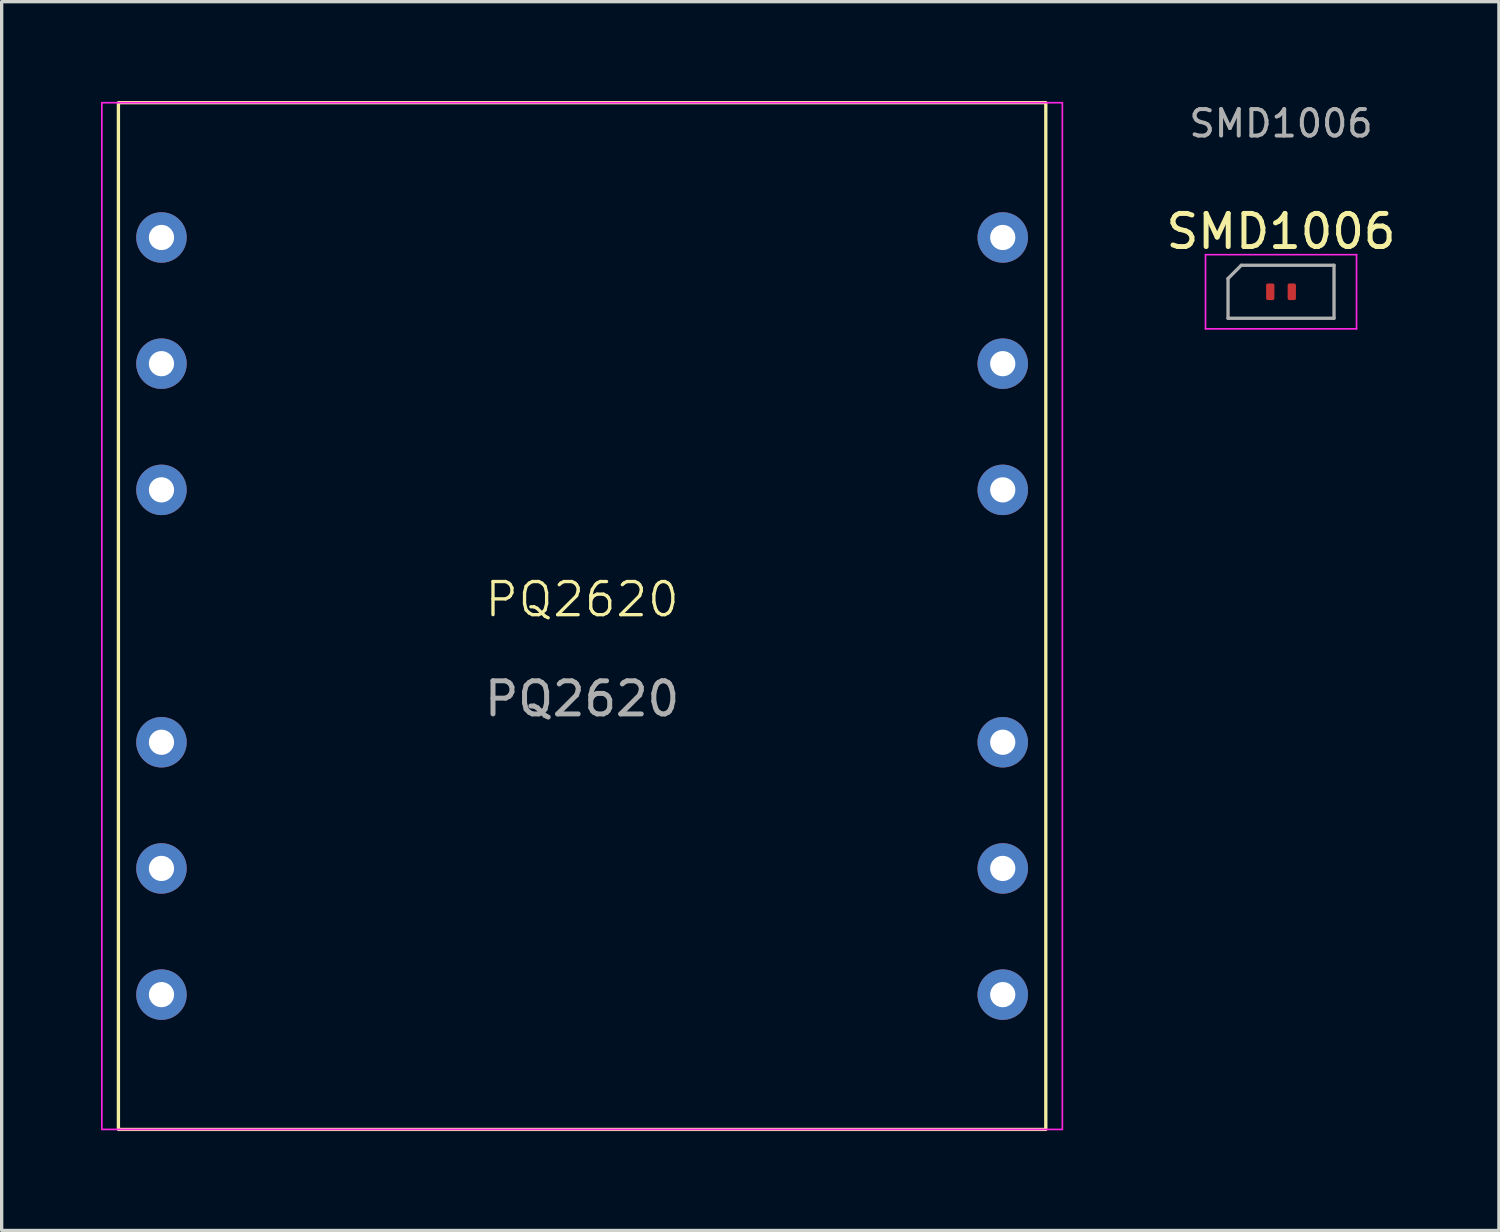
<source format=kicad_pcb>
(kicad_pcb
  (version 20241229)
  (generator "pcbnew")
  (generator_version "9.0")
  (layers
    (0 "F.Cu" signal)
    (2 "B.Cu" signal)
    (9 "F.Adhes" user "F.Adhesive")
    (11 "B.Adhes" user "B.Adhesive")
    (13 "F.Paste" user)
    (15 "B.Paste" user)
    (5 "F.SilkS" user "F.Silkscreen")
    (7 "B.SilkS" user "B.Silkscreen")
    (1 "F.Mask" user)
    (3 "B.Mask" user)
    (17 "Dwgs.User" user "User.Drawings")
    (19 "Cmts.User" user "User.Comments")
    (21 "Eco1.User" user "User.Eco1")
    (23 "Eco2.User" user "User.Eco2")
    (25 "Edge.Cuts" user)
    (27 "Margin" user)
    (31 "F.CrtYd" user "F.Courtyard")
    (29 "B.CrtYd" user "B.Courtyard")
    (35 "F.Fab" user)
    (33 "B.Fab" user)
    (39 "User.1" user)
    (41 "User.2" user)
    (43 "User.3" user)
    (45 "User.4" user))
  (footprint "PQ2620"
    (layer "F.Cu")
    (at 14.525 15.55)
    (property "Reference" "PQ2620" (at 0 -0.5 0) (unlocked yes) (layer "F.SilkS") (effects (font (size 1 1) (thickness 0.1))))
    (attr through_hole)
    (fp_rect (start -14 -15.5) (end 14 15.5) (stroke (width 0.1) (type default)) (fill no) (layer "F.SilkS"))
    (fp_rect (start -14.5 -15.5) (end 14.5 15.5) (stroke (width 0.05) (type default)) (fill no) (layer "F.CrtYd"))
    (fp_line (start -12.7 3.81) (end -12.7 -3.81) (stroke (width 0.1) (type default)) (layer "User.6"))
    (fp_line (start 12.7 0) (end -12.7 0) (stroke (width 0.1) (type default)) (layer "User.6"))
    (fp_line (start 12.7 3.81) (end 12.7 -3.81) (stroke (width 0.1) (type default)) (layer "User.6"))
    (fp_text user "${REFERENCE}" (at 0 2.5 0) (unlocked yes) (layer "F.Fab") (effects (font (size 1 1) (thickness 0.15))))
    (pad "1" thru_hole circle (at -12.7 -11.43) (size 1.524 1.524) (drill 0.762) (layers "*.Cu" "*.Mask"))
    (pad "2" thru_hole circle (at -12.7 -7.62) (size 1.524 1.524) (drill 0.762) (layers "*.Cu" "*.Mask"))
    (pad "3" thru_hole circle (at -12.7 -3.81) (size 1.524 1.524) (drill 0.762) (layers "*.Cu" "*.Mask"))
    (pad "4" thru_hole circle (at -12.7 3.81) (size 1.524 1.524) (drill 0.762) (layers "*.Cu" "*.Mask"))
    (pad "5" thru_hole circle (at -12.7 7.62) (size 1.524 1.524) (drill 0.762) (layers "*.Cu" "*.Mask"))
    (pad "6" thru_hole circle (at -12.7 11.43) (size 1.524 1.524) (drill 0.762) (layers "*.Cu" "*.Mask"))
    (pad "7" thru_hole circle (at 12.7 11.43) (size 1.524 1.524) (drill 0.762) (layers "*.Cu" "*.Mask"))
    (pad "8" thru_hole circle (at 12.7 7.62) (size 1.524 1.524) (drill 0.762) (layers "*.Cu" "*.Mask"))
    (pad "9" thru_hole circle (at 12.7 3.81) (size 1.524 1.524) (drill 0.762) (layers "*.Cu" "*.Mask"))
    (pad "10" thru_hole circle (at 12.7 -3.81) (size 1.524 1.524) (drill 0.762) (layers "*.Cu" "*.Mask"))
    (pad "11" thru_hole circle (at 12.7 -7.62) (size 1.524 1.524) (drill 0.762) (layers "*.Cu" "*.Mask"))
    (pad "12" thru_hole circle (at 12.7 -11.43) (size 1.524 1.524) (drill 0.762) (layers "*.Cu" "*.Mask")))
  (footprint "SMD1006"
    (layer "F.Cu")
    (at 35.627 5.759)
    (property "Reference" "SMD1006" (at 0 -1.82 0) (layer "F.SilkS") (effects (font (size 1 1) (thickness 0.15))))
    (attr smd)
    (fp_line (start -2.28 -1.12) (end 2.28 -1.12) (stroke (width 0.05) (type solid)) (layer "F.CrtYd"))
    (fp_line (start -2.28 1.12) (end -2.28 -1.12) (stroke (width 0.05) (type solid)) (layer "F.CrtYd"))
    (fp_line (start 2.28 -1.12) (end 2.28 1.12) (stroke (width 0.05) (type solid)) (layer "F.CrtYd"))
    (fp_line (start 2.28 1.12) (end -2.28 1.12) (stroke (width 0.05) (type solid)) (layer "F.CrtYd"))
    (fp_line (start -1.6 -0.4) (end -1.6 0.8) (stroke (width 0.1) (type solid)) (layer "F.Fab"))
    (fp_line (start -1.6 0.8) (end 1.6 0.8) (stroke (width 0.1) (type solid)) (layer "F.Fab"))
    (fp_line (start -1.2 -0.8) (end -1.6 -0.4) (stroke (width 0.1) (type solid)) (layer "F.Fab"))
    (fp_line (start 1.6 -0.8) (end -1.2 -0.8) (stroke (width 0.1) (type solid)) (layer "F.Fab"))
    (fp_line (start 1.6 0.8) (end 1.6 -0.8) (stroke (width 0.1) (type solid)) (layer "F.Fab"))
    (fp_text user "${REFERENCE}" (at 0 -5.08 0) (layer "F.Fab") (effects (font (size 0.8 0.8) (thickness 0.12))))
    (pad "1" smd roundrect (at -0.325 0) (size 0.25 0.5) (layers "F.Cu" "F.Mask" "F.Paste") (roundrect_rratio 0.2))
    (pad "2" smd roundrect (at 0.325 0) (size 0.25 0.5) (layers "F.Cu" "F.Mask" "F.Paste") (roundrect_rratio 0.2)))
  (gr_rect
    (start -3 -3)
    (end 42.205 34.1)
    (stroke (width 0.1) (type default))
    (fill no)
    (layer "Edge.Cuts")))
</source>
